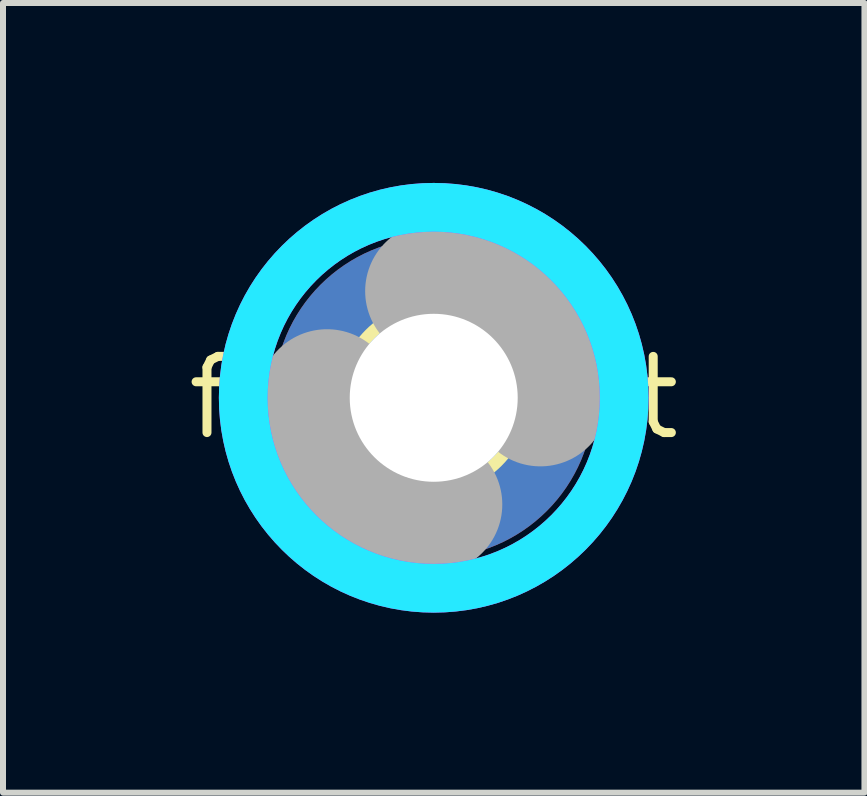
<source format=kicad_pcb>
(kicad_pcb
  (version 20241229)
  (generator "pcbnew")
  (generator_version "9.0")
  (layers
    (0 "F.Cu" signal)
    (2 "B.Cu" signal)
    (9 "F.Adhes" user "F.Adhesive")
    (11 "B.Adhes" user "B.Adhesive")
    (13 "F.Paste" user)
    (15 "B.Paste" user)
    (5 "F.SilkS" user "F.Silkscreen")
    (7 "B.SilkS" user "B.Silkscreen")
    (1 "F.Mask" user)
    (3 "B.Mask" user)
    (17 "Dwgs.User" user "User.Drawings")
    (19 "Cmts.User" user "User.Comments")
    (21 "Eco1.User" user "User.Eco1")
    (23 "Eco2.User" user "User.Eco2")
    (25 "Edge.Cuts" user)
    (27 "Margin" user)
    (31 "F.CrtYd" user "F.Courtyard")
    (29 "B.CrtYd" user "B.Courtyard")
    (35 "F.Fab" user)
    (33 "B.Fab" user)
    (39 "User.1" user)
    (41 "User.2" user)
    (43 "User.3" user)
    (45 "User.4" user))
  (footprint "footprint"
    (layer "F.Cu")
    (at 4.18 3.581)
    (property "Reference" "footprint" (at 0 0 0) (layer "F.SilkS") (effects (font (size 1.27 1.27) (thickness 0.15))))
    (fp_line (start 0 -2.921) (end 0 -2.667) (stroke (width 0.051) (type solid)) (layer "F.SilkS"))
    (fp_line (start 0 2.667) (end 0 2.921) (stroke (width 0.051) (type solid)) (layer "F.SilkS"))
    (fp_circle (center 0 0) (end 1.5 0) (stroke (width 0.203) (type solid)) (fill no) (layer "F.SilkS"))
    (fp_circle (center 0 0) (end 2.921 0) (stroke (width 0.152) (type solid)) (fill no) (layer "F.SilkS"))
    (fp_circle (center 0 0) (end 3.175 0) (stroke (width 0.813) (type solid)) (fill no) (layer "B.CrtYd"))
    (fp_circle (center 0 0) (end 3.175 0) (stroke (width 0.813) (type solid)) (fill no) (layer "F.CrtYd"))
    (fp_arc (start 0 -1.778) (mid 1.257236 -1.257236) (end 1.778 0) (stroke (width 2.286) (type solid)) (layer "F.Fab"))
    (fp_arc (start 0 1.778) (mid -1.257236 1.257236) (end -1.778 0) (stroke (width 2.286) (type solid)) (layer "F.Fab"))
    (fp_circle (center 0 0) (end 0.635 0) (stroke (width 0.457) (type solid)) (fill no) (layer "F.Fab"))
    (pad "B2,8" thru_hole circle (at 0 0) (size 5.334 5.334) (drill 2.8) (layers "*.Cu" "*.Mask"))
    (zone (net_name "") (layers "F.Cu" "B.Cu") (hatch edge 0.508) (connect_pads) (min_thickness 0.254) (filled_areas_thickness no) (keepout (tracks allowed) (vias not_allowed) (pads allowed) (copperpour allowed) (footprints allowed)) (placement (enabled no)) (fill) (polygon (pts (xy 7.762 3.581) (xy 7.707 2.959) (xy 7.546 2.356) (xy 7.282 1.791) (xy 6.924 1.279) (xy 6.482 0.838) (xy 5.971 0.48) (xy 5.405 0.216) (xy 4.802 0.054) (xy 4.18 0) (xy 3.558 0.054) (xy 2.955 0.216) (xy 2.389 0.48) (xy 1.878 0.838) (xy 1.437 1.279) (xy 1.079 1.791) (xy 0.815 2.356) (xy 0.653 2.959) (xy 0.599 3.581) (xy 0.653 4.203) (xy 0.815 4.806) (xy 1.079 5.372) (xy 1.437 5.883) (xy 1.878 6.325) (xy 2.389 6.683) (xy 2.955 6.947) (xy 3.558 7.108) (xy 4.18 7.163) (xy 4.802 7.108) (xy 5.405 6.947) (xy 5.971 6.683) (xy 6.482 6.325) (xy 6.924 5.883) (xy 7.282 5.372) (xy 7.546 4.806) (xy 7.707 4.203))) (polygon (pts (xy 6.949 3.581) (xy 6.907 3.101) (xy 6.782 2.634) (xy 6.578 2.197) (xy 6.301 1.802) (xy 5.96 1.461) (xy 5.564 1.184) (xy 5.127 0.98) (xy 4.661 0.855) (xy 4.18 0.813) (xy 3.699 0.855) (xy 3.233 0.98) (xy 2.796 1.184) (xy 2.401 1.461) (xy 2.059 1.802) (xy 1.782 2.197) (xy 1.579 2.634) (xy 1.454 3.101) (xy 1.412 3.581) (xy 1.454 4.062) (xy 1.579 4.528) (xy 1.782 4.966) (xy 2.059 5.361) (xy 2.401 5.702) (xy 2.796 5.979) (xy 3.233 6.183) (xy 3.699 6.308) (xy 4.18 6.35) (xy 4.661 6.308) (xy 5.127 6.183) (xy 5.564 5.979) (xy 5.96 5.702) (xy 6.301 5.361) (xy 6.578 4.966) (xy 6.782 4.528) (xy 6.907 4.062)))))
  (gr_rect
    (start -3 -3)
    (end 11.36 10.163)
    (stroke (width 0.1) (type default))
    (fill no)
    (layer "Edge.Cuts")))
</source>
